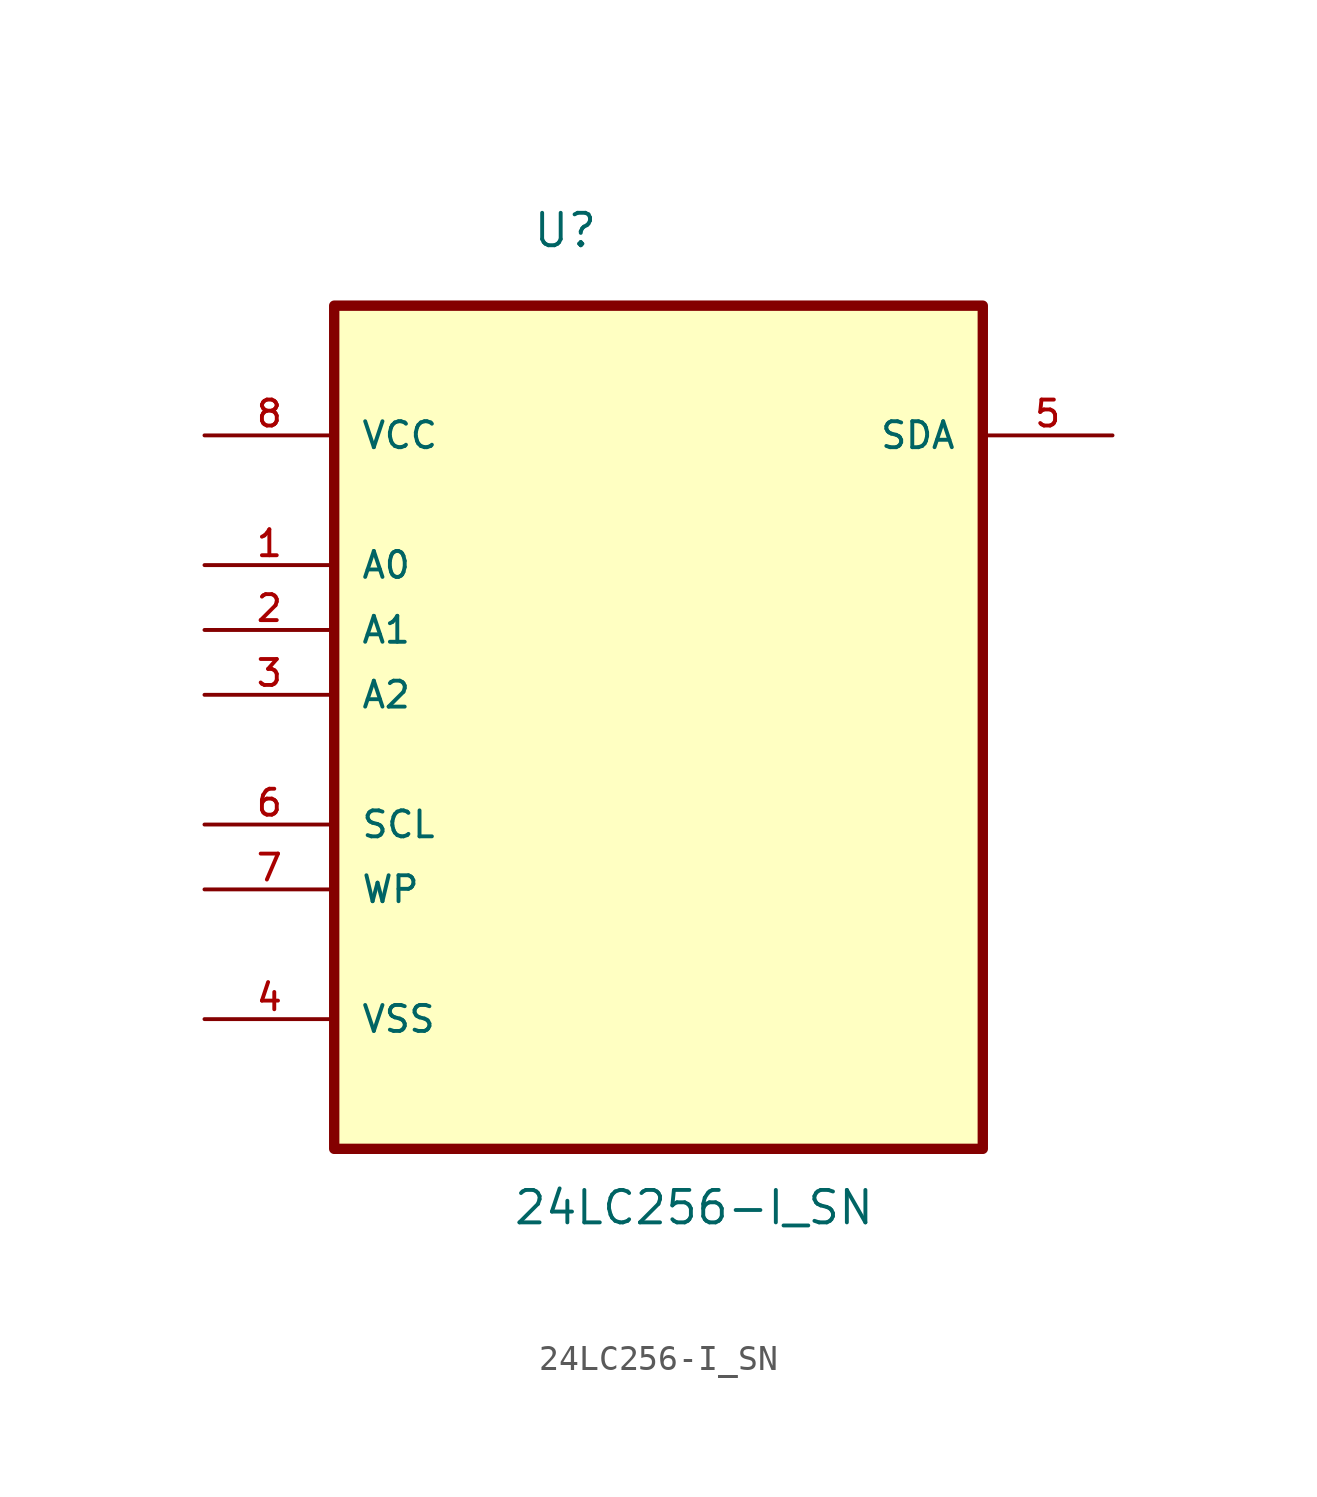
<source format=kicad_sym>
(kicad_symbol_lib
  (version 20211014)
  (generator kicad_symbol_editor)
  (symbol "24LC256-I_SN"
    (pin_names
      (offset 1.016))
    (property "Reference" "U"
      (at -4.959 14.903 0.0)
      (effects (font (size 1.27 1.27)) (justify bottom left)))
    (property "Value" "24LC256-I_SN"
      (at -5.726 -23.363 0.0)
      (effects (font (size 1.27 1.27)) (justify bottom left)))
    (symbol "24LC256-I_SN_0_0"
      (rectangle (start -12.7 -20.32) (end 12.7 12.7) (stroke (width 0.406)) (fill (type background)))
      (pin power_in line (at -17.78 7.62 0) (length 5.08) (name "VCC" (effects (font (size 1.016 1.016)))) (number "8" (effects (font (size 1.016 1.016)))))
      (pin input line (at -17.78 2.54 0) (length 5.08) (name "A0" (effects (font (size 1.016 1.016)))) (number "1" (effects (font (size 1.016 1.016)))))
      (pin input line (at -17.78 0.0 0) (length 5.08) (name "A1" (effects (font (size 1.016 1.016)))) (number "2" (effects (font (size 1.016 1.016)))))
      (pin input line (at -17.78 -2.54 0) (length 5.08) (name "A2" (effects (font (size 1.016 1.016)))) (number "3" (effects (font (size 1.016 1.016)))))
      (pin input line (at -17.78 -7.62 0) (length 5.08) (name "SCL" (effects (font (size 1.016 1.016)))) (number "6" (effects (font (size 1.016 1.016)))))
      (pin input line (at -17.78 -10.16 0) (length 5.08) (name "WP" (effects (font (size 1.016 1.016)))) (number "7" (effects (font (size 1.016 1.016)))))
      (pin passive line (at -17.78 -15.24 0) (length 5.08) (name "VSS" (effects (font (size 1.016 1.016)))) (number "4" (effects (font (size 1.016 1.016)))))
      (pin bidirectional line (at 17.78 7.62 180.0) (length 5.08) (name "SDA" (effects (font (size 1.016 1.016)))) (number "5" (effects (font (size 1.016 1.016))))))))
</source>
